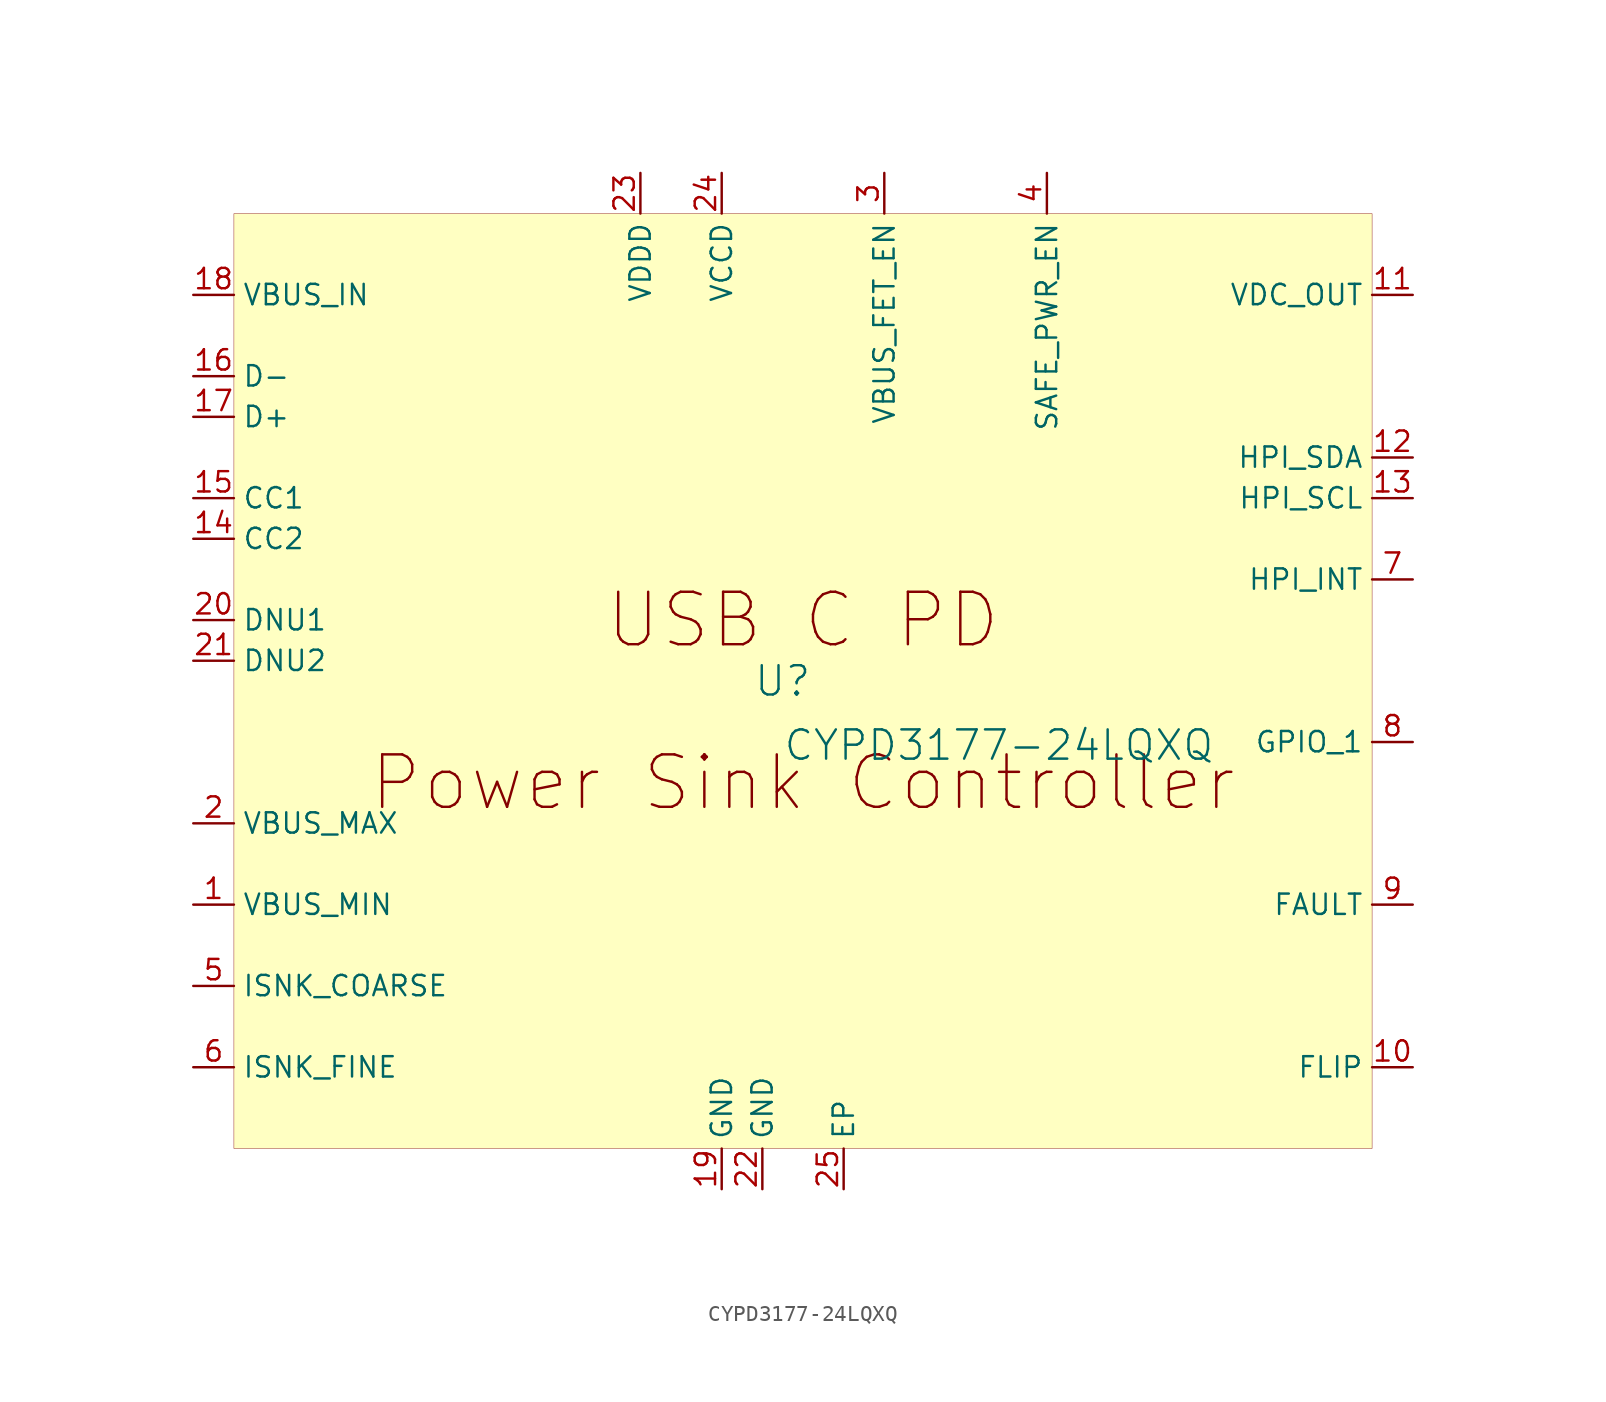
<source format=kicad_sym>
(kicad_symbol_lib
  (version 20231120)
  (generator "kicad_symbol_editor")
  (generator_version "8.0")
  (symbol "CYPD3177-24LQXQ"
    (property "Reference" "U"
      (at -1.27 1.27 0)
      (effects (font (size 1.829 1.829))))
    (property "Value" "CYPD3177-24LQXQ"
      (at -1.27 -3.81 0)
      (effects (font (size 1.829 1.829)) (justify left bottom)))
    (symbol "CYPD3177-24LQXQ_1_0"
      (rectangle (start 35.56 30.48) (end -35.56 -27.94) (stroke (width 0.025) (type solid) (color 128 0 0 1)) (fill (type background)))
      (text "Power Sink Controller" (at 0 -5.08 0) (effects (font (size 3.277 3.277))))
      (text "USB C PD" (at 0 5.08 0) (effects (font (size 3.277 3.277))))
      (pin input line (at -38.1 -12.7 0) (length 2.54) (name "VBUS_MIN" (effects (font (size 1.27 1.27)))) (number "1" (effects (font (size 1.27 1.27)))))
      (pin open_collector line (at 38.1 -22.86 180) (length 2.54) (name "FLIP" (effects (font (size 1.27 1.27)))) (number "10" (effects (font (size 1.27 1.27)))))
      (pin input line (at 38.1 25.4 180) (length 2.54) (name "VDC_OUT" (effects (font (size 1.27 1.27)))) (number "11" (effects (font (size 1.27 1.27)))))
      (pin open_collector line (at 38.1 15.24 180) (length 2.54) (name "HPI_SDA" (effects (font (size 1.27 1.27)))) (number "12" (effects (font (size 1.27 1.27)))))
      (pin open_collector line (at 38.1 12.7 180) (length 2.54) (name "HPI_SCL" (effects (font (size 1.27 1.27)))) (number "13" (effects (font (size 1.27 1.27)))))
      (pin bidirectional line (at -38.1 10.16 0) (length 2.54) (name "CC2" (effects (font (size 1.27 1.27)))) (number "14" (effects (font (size 1.27 1.27)))))
      (pin bidirectional line (at -38.1 12.7 0) (length 2.54) (name "CC1" (effects (font (size 1.27 1.27)))) (number "15" (effects (font (size 1.27 1.27)))))
      (pin passive line (at -38.1 20.32 0) (length 2.54) (name "D-" (effects (font (size 1.27 1.27)))) (number "16" (effects (font (size 1.27 1.27)))))
      (pin passive line (at -38.1 17.78 0) (length 2.54) (name "D+" (effects (font (size 1.27 1.27)))) (number "17" (effects (font (size 1.27 1.27)))))
      (pin power_in line (at -38.1 25.4 0) (length 2.54) (name "VBUS_IN" (effects (font (size 1.27 1.27)))) (number "18" (effects (font (size 1.27 1.27)))))
      (pin power_in line (at -5.08 -30.48 90) (length 2.54) (name "GND" (effects (font (size 1.27 1.27)))) (number "19" (effects (font (size 1.27 1.27)))))
      (pin input line (at -38.1 -7.62 0) (length 2.54) (name "VBUS_MAX" (effects (font (size 1.27 1.27)))) (number "2" (effects (font (size 1.27 1.27)))))
      (pin passive line (at -38.1 5.08 0) (length 2.54) (name "DNU1" (effects (font (size 1.27 1.27)))) (number "20" (effects (font (size 1.27 1.27)))))
      (pin passive line (at -38.1 2.54 0) (length 2.54) (name "DNU2" (effects (font (size 1.27 1.27)))) (number "21" (effects (font (size 1.27 1.27)))))
      (pin power_in line (at -2.54 -30.48 90) (length 2.54) (name "GND" (effects (font (size 1.27 1.27)))) (number "22" (effects (font (size 1.27 1.27)))))
      (pin power_in line (at -10.16 33.02 270) (length 2.54) (name "VDDD" (effects (font (size 1.27 1.27)))) (number "23" (effects (font (size 1.27 1.27)))))
      (pin power_in line (at -5.08 33.02 270) (length 2.54) (name "VCCD" (effects (font (size 1.27 1.27)))) (number "24" (effects (font (size 1.27 1.27)))))
      (pin power_in line (at 2.54 -30.48 90) (length 2.54) (name "EP" (effects (font (size 1.27 1.27)))) (number "25" (effects (font (size 1.27 1.27)))))
      (pin output line (at 5.08 33.02 270) (length 2.54) (name "VBUS_FET_EN" (effects (font (size 1.27 1.27)))) (number "3" (effects (font (size 1.27 1.27)))))
      (pin output line (at 15.24 33.02 270) (length 2.54) (name "SAFE_PWR_EN" (effects (font (size 1.27 1.27)))) (number "4" (effects (font (size 1.27 1.27)))))
      (pin input line (at -38.1 -17.78 0) (length 2.54) (name "ISNK_COARSE" (effects (font (size 1.27 1.27)))) (number "5" (effects (font (size 1.27 1.27)))))
      (pin input line (at -38.1 -22.86 0) (length 2.54) (name "ISNK_FINE" (effects (font (size 1.27 1.27)))) (number "6" (effects (font (size 1.27 1.27)))))
      (pin output line (at 38.1 7.62 180) (length 2.54) (name "HPI_INT" (effects (font (size 1.27 1.27)))) (number "7" (effects (font (size 1.27 1.27)))))
      (pin bidirectional line (at 38.1 -2.54 180) (length 2.54) (name "GPIO_1" (effects (font (size 1.27 1.27)))) (number "8" (effects (font (size 1.27 1.27)))))
      (pin output line (at 38.1 -12.7 180) (length 2.54) (name "FAULT" (effects (font (size 1.27 1.27)))) (number "9" (effects (font (size 1.27 1.27))))))))
</source>
